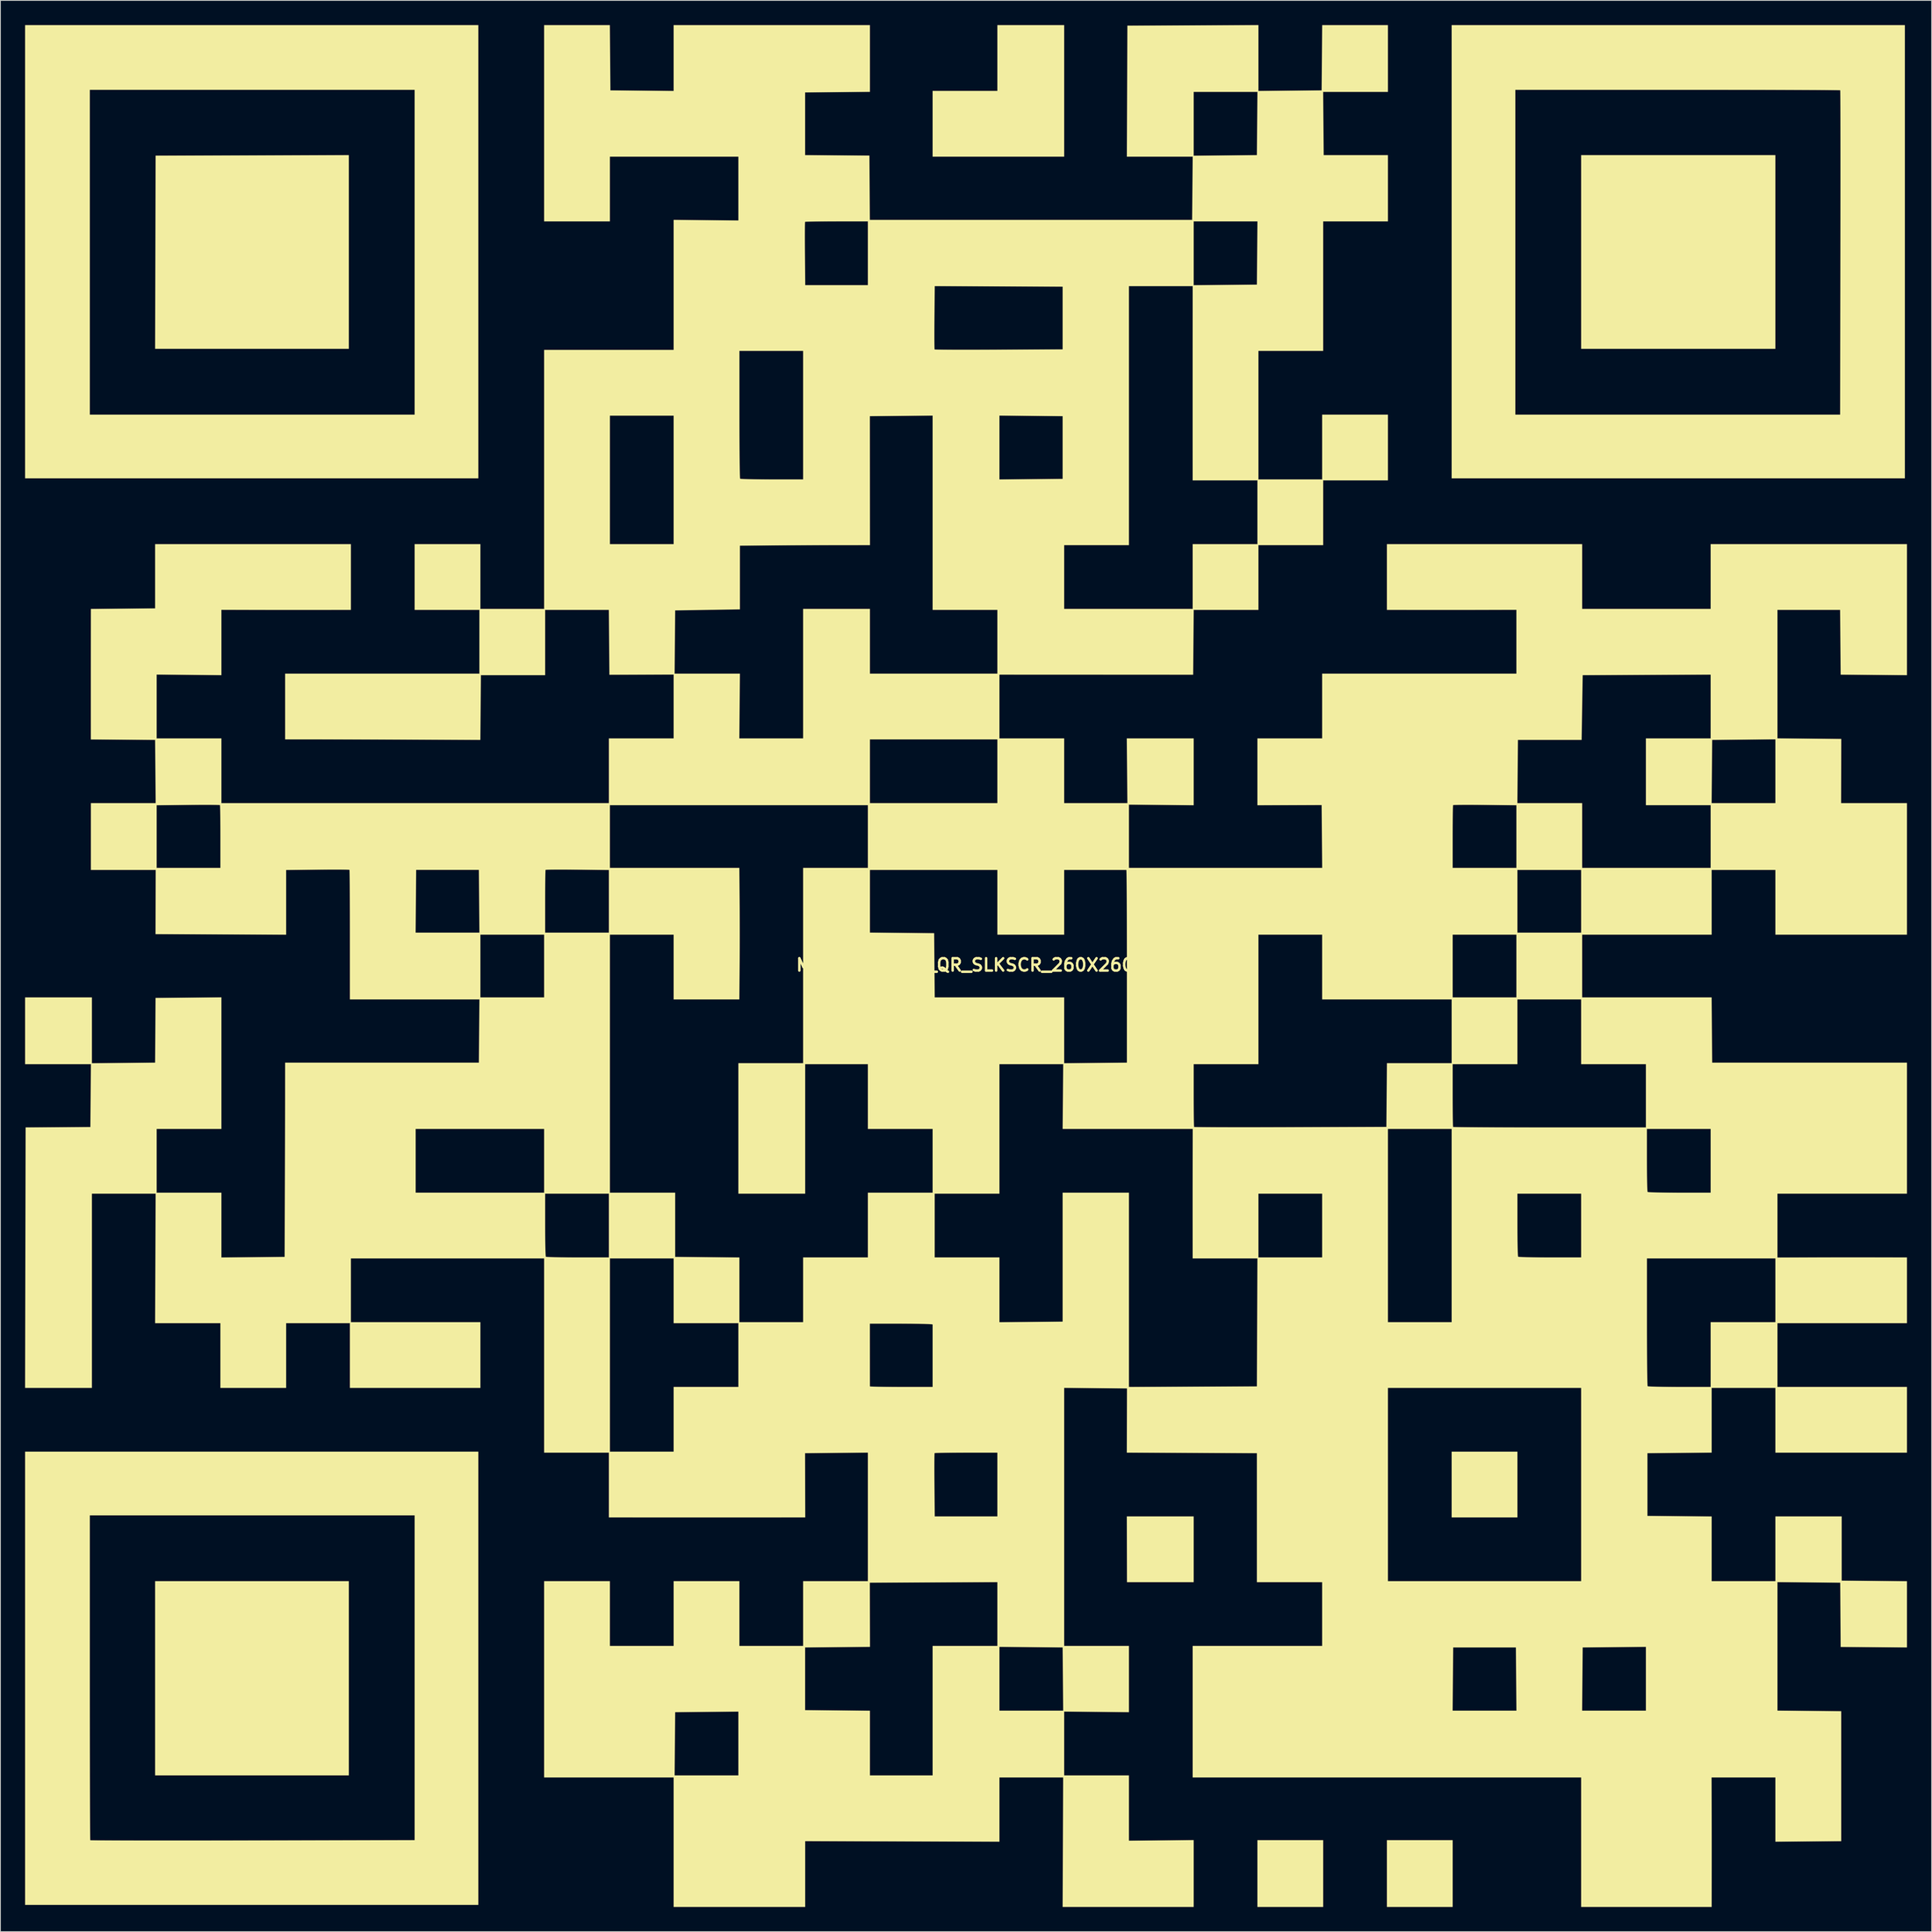
<source format=kicad_pcb>
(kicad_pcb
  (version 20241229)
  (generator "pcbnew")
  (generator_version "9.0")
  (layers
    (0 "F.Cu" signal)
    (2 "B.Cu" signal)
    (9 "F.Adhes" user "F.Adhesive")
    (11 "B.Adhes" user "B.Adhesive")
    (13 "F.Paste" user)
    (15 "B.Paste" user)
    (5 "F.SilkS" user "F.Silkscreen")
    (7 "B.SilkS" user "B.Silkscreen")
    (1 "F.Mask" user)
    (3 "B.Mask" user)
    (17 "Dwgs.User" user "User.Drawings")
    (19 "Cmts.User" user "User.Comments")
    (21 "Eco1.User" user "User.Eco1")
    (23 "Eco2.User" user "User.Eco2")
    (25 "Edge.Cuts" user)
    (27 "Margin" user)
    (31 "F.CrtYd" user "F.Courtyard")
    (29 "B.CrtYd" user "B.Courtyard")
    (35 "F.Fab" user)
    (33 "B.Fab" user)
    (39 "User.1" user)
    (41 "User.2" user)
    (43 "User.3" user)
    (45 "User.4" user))
  (footprint "MC8P_MANUAL_QR_SLKSCR_260X260"
    (layer "F.Cu")
    (at 114.301 114.302)
    (property "Reference" "MC8P_MANUAL_QR_SLKSCR_260X260" (at 0 0 0) (layer "F.SilkS") (effects (font (size 1.5 1.5) (thickness 0.3))))
    (attr board_only exclude_from_pos_files exclude_from_bom)
    (fp_poly (pts (xy -74.93 -86.709) (xy -74.93 -74.93) (xy -86.709 -74.93) (xy -98.489 -74.93) (xy -98.458 -86.679) (xy -98.428 -98.428) (xy -86.679 -98.458) (xy -74.93 -98.489)) (stroke (width 0) (type solid)) (fill yes) (layer "F.SilkS"))
    (fp_poly (pts (xy -74.93 86.741) (xy -74.93 98.552) (xy -86.709 98.552) (xy -98.489 98.552) (xy -98.489 86.741) (xy -98.489 74.93) (xy -86.709 74.93) (xy -74.93 74.93)) (stroke (width 0) (type solid)) (fill yes) (layer "F.SilkS"))
    (fp_poly (pts (xy 27.813 71.056) (xy 27.813 75.057) (xy 23.756 75.057) (xy 19.698 75.057) (xy 19.689 71.056) (xy 19.679 67.056) (xy 23.746 67.056) (xy 27.813 67.056)) (stroke (width 0) (type solid)) (fill yes) (layer "F.SilkS"))
    (fp_poly (pts (xy 43.561 110.49) (xy 43.561 114.554) (xy 39.56 114.554) (xy 35.56 114.554) (xy 35.56 110.49) (xy 35.56 106.426) (xy 39.56 106.426) (xy 43.561 106.426)) (stroke (width 0) (type solid)) (fill yes) (layer "F.SilkS"))
    (fp_poly (pts (xy 59.309 110.49) (xy 59.309 114.554) (xy 55.309 114.554) (xy 51.308 114.554) (xy 51.308 110.49) (xy 51.308 106.426) (xy 55.309 106.426) (xy 59.309 106.426)) (stroke (width 0) (type solid)) (fill yes) (layer "F.SilkS"))
    (fp_poly (pts (xy 67.183 63.182) (xy 67.183 67.183) (xy 63.182 67.183) (xy 59.182 67.183) (xy 59.182 63.182) (xy 59.182 59.182) (xy 63.182 59.182) (xy 67.183 59.182)) (stroke (width 0) (type solid)) (fill yes) (layer "F.SilkS"))
    (fp_poly (pts (xy 98.552 -86.709) (xy 98.552 -74.93) (xy 86.741 -74.93) (xy 74.93 -74.93) (xy 74.93 -86.709) (xy 74.93 -98.489) (xy 86.741 -98.489) (xy 98.552 -98.489)) (stroke (width 0) (type solid)) (fill yes) (layer "F.SilkS"))
    (fp_poly (pts (xy 12.065 -106.299) (xy 12.065 -98.298) (xy 4.064 -98.298) (xy -3.937 -98.298) (xy -3.937 -102.299) (xy -3.937 -106.299) (xy 0 -106.299) (xy 3.937 -106.299) (xy 3.937 -110.299) (xy 3.937 -114.3) (xy 8.001 -114.3) (xy 12.065 -114.3)) (stroke (width 0) (type solid)) (fill yes) (layer "F.SilkS"))
    (fp_poly (pts (xy -59.182 -86.741) (xy -59.182 -59.182) (xy -86.741 -59.182) (xy -114.3 -59.182) (xy -114.3 -86.677) (xy -106.426 -86.677) (xy -106.426 -66.929) (xy -86.677 -66.929) (xy -66.929 -66.929) (xy -66.929 -86.677) (xy -66.929 -106.426) (xy -86.677 -106.426) (xy -106.426 -106.426) (xy -106.426 -86.677) (xy -114.3 -86.677) (xy -114.3 -86.741) (xy -114.3 -114.3) (xy -86.741 -114.3) (xy -59.182 -114.3)) (stroke (width 0) (type solid)) (fill yes) (layer "F.SilkS"))
    (fp_poly (pts (xy -59.182 86.741) (xy -59.182 114.3) (xy -86.741 114.3) (xy -114.3 114.3) (xy -114.3 86.741) (xy -114.3 86.656) (xy -106.426 86.656) (xy -106.426 88.875) (xy -106.425 91.023) (xy -106.423 93.089) (xy -106.421 95.058) (xy -106.418 96.916) (xy -106.415 98.65) (xy -106.411 100.246) (xy -106.407 101.69) (xy -106.403 102.969) (xy -106.398 104.069) (xy -106.393 104.976) (xy -106.387 105.677) (xy -106.382 106.158) (xy -106.376 106.405) (xy -106.373 106.437) (xy -106.242 106.442) (xy -105.871 106.447) (xy -105.274 106.452) (xy -104.463 106.456) (xy -103.453 106.459) (xy -102.258 106.462) (xy -100.891 106.464) (xy -99.366 106.465) (xy -97.697 106.466) (xy -95.896 106.466) (xy -93.979 106.465) (xy -91.959 106.464) (xy -89.849 106.462) (xy -87.663 106.459) (xy -86.625 106.457) (xy -66.929 106.424) (xy -66.929 86.677) (xy -66.929 66.929) (xy -86.677 66.929) (xy -106.426 66.929) (xy -106.426 86.656) (xy -114.3 86.656) (xy -114.3 59.182) (xy -86.741 59.182) (xy -59.182 59.182)) (stroke (width 0) (type solid)) (fill yes) (layer "F.SilkS"))
    (fp_poly (pts (xy 114.3 -86.741) (xy 114.3 -59.182) (xy 86.741 -59.182) (xy 59.182 -59.182) (xy 59.182 -86.741) (xy 59.182 -106.426) (xy 66.929 -106.426) (xy 66.929 -86.677) (xy 66.929 -66.929) (xy 86.677 -66.929) (xy 106.424 -66.929) (xy 106.457 -86.625) (xy 106.46 -88.841) (xy 106.463 -90.988) (xy 106.465 -93.052) (xy 106.466 -95.019) (xy 106.466 -96.875) (xy 106.466 -98.607) (xy 106.465 -100.201) (xy 106.463 -101.643) (xy 106.461 -102.92) (xy 106.458 -104.017) (xy 106.454 -104.922) (xy 106.45 -105.621) (xy 106.445 -106.099) (xy 106.439 -106.343) (xy 106.437 -106.373) (xy 106.306 -106.379) (xy 105.935 -106.385) (xy 105.337 -106.39) (xy 104.526 -106.396) (xy 103.517 -106.401) (xy 102.321 -106.405) (xy 100.954 -106.409) (xy 99.429 -106.413) (xy 97.759 -106.417) (xy 95.958 -106.42) (xy 94.04 -106.422) (xy 92.019 -106.424) (xy 89.908 -106.425) (xy 87.722 -106.426) (xy 86.656 -106.426) (xy 66.929 -106.426) (xy 59.182 -106.426) (xy 59.182 -114.3) (xy 86.741 -114.3) (xy 114.3 -114.3)) (stroke (width 0) (type solid)) (fill yes) (layer "F.SilkS"))
    (fp_poly (pts (xy 35.687 -110.299) (xy 35.687 -106.295) (xy 39.529 -106.329) (xy 43.37 -106.362) (xy 43.404 -110.331) (xy 43.438 -114.3) (xy 47.436 -114.3) (xy 51.435 -114.3) (xy 51.435 -110.236) (xy 51.435 -106.172) (xy 47.496 -106.172) (xy 43.557 -106.172) (xy 43.591 -102.33) (xy 43.624 -98.489) (xy 47.53 -98.489) (xy 51.435 -98.489) (xy 51.435 -94.456) (xy 51.435 -90.424) (xy 47.498 -90.424) (xy 43.561 -90.424) (xy 43.561 -82.55) (xy 43.561 -74.676) (xy 39.624 -74.676) (xy 35.687 -74.676) (xy 35.687 -66.865) (xy 35.687 -59.055) (xy 39.56 -59.055) (xy 43.434 -59.055) (xy 43.434 -62.992) (xy 43.434 -66.929) (xy 47.434 -66.929) (xy 51.435 -66.929) (xy 51.435 -62.928) (xy 51.435 -58.928) (xy 47.498 -58.928) (xy 43.561 -58.928) (xy 43.561 -54.991) (xy 43.561 -51.054) (xy 39.624 -51.054) (xy 35.687 -51.054) (xy 35.687 -47.117) (xy 35.687 -43.18) (xy 31.752 -43.18) (xy 27.817 -43.18) (xy 27.783 -39.238) (xy 27.75 -35.297) (xy 15.97 -35.301) (xy 4.191 -35.304) (xy 4.191 -31.432) (xy 4.191 -27.559) (xy 8.128 -27.559) (xy 12.065 -27.559) (xy 12.065 -23.622) (xy 12.065 -19.685) (xy 15.907 -19.685) (xy 19.748 -19.685) (xy 19.712 -23.622) (xy 19.675 -27.559) (xy 23.744 -27.559) (xy 27.813 -27.559) (xy 27.813 -23.491) (xy 27.813 -19.424) (xy 23.876 -19.459) (xy 19.939 -19.494) (xy 19.939 -15.653) (xy 19.939 -11.811) (xy 31.688 -11.811) (xy 43.438 -11.811) (xy 43.404 -15.6) (xy 59.309 -15.6) (xy 59.309 -11.811) (xy 63.182 -11.811) (xy 67.056 -11.811) (xy 67.056 -15.617) (xy 67.056 -19.424) (xy 63.235 -19.459) (xy 62.276 -19.466) (xy 61.402 -19.47) (xy 60.644 -19.469) (xy 60.034 -19.465) (xy 59.603 -19.457) (xy 59.383 -19.446) (xy 59.362 -19.442) (xy 59.348 -19.306) (xy 59.336 -18.948) (xy 59.326 -18.4) (xy 59.318 -17.693) (xy 59.312 -16.858) (xy 59.309 -15.929) (xy 59.309 -15.6) (xy 43.404 -15.6) (xy 43.404 -15.628) (xy 43.37 -19.445) (xy 39.465 -19.435) (xy 35.56 -19.424) (xy 35.56 -19.685) (xy 67.179 -19.685) (xy 71.118 -19.685) (xy 75.057 -19.685) (xy 75.057 -15.748) (xy 75.057 -11.811) (xy 82.868 -11.811) (xy 90.678 -11.811) (xy 90.678 -15.621) (xy 90.678 -19.431) (xy 86.741 -19.431) (xy 82.804 -19.431) (xy 82.804 -19.685) (xy 90.801 -19.685) (xy 94.677 -19.685) (xy 98.552 -19.685) (xy 98.552 -23.56) (xy 98.552 -27.436) (xy 94.71 -27.402) (xy 90.868 -27.369) (xy 90.835 -23.527) (xy 90.801 -19.685) (xy 82.804 -19.685) (xy 82.804 -23.495) (xy 82.804 -27.559) (xy 86.741 -27.559) (xy 90.678 -27.559) (xy 90.678 -31.432) (xy 90.678 -35.305) (xy 82.899 -35.274) (xy 75.121 -35.242) (xy 75.057 -31.305) (xy 74.993 -27.369) (xy 71.12 -27.369) (xy 67.246 -27.369) (xy 67.213 -23.527) (xy 67.179 -19.685) (xy 35.56 -19.685) (xy 35.56 -23.492) (xy 35.56 -27.559) (xy 39.497 -27.559) (xy 43.434 -27.559) (xy 43.434 -31.496) (xy 43.434 -35.433) (xy 55.245 -35.433) (xy 67.056 -35.433) (xy 67.056 -39.31) (xy 67.056 -43.187) (xy 63.151 -43.18) (xy 61.916 -43.178) (xy 60.515 -43.177) (xy 59.034 -43.176) (xy 57.561 -43.176) (xy 56.184 -43.176) (xy 55.277 -43.177) (xy 51.308 -43.18) (xy 51.308 -47.181) (xy 51.308 -51.181) (xy 63.182 -51.181) (xy 75.057 -51.181) (xy 75.057 -47.244) (xy 75.057 -43.307) (xy 82.868 -43.307) (xy 90.678 -43.307) (xy 90.678 -47.244) (xy 90.678 -51.181) (xy 102.616 -51.181) (xy 114.554 -51.181) (xy 114.554 -43.212) (xy 114.554 -35.242) (xy 110.522 -35.272) (xy 106.49 -35.302) (xy 106.456 -39.241) (xy 106.422 -43.18) (xy 102.614 -43.18) (xy 98.806 -43.18) (xy 98.806 -35.371) (xy 98.806 -27.563) (xy 102.687 -27.529) (xy 106.567 -27.495) (xy 106.557 -23.59) (xy 106.546 -19.685) (xy 110.55 -19.685) (xy 114.554 -19.685) (xy 114.554 -11.684) (xy 114.554 -3.683) (xy 106.553 -3.683) (xy 98.552 -3.683) (xy 98.552 -7.62) (xy 98.552 -11.557) (xy 94.678 -11.557) (xy 90.805 -11.557) (xy 90.805 -7.62) (xy 90.805 -3.683) (xy 82.931 -3.683) (xy 75.057 -3.683) (xy 75.057 0.127) (xy 75.057 3.937) (xy 82.929 3.937) (xy 90.801 3.937) (xy 90.835 7.906) (xy 90.868 11.874) (xy 102.711 11.874) (xy 114.554 11.874) (xy 114.554 19.844) (xy 114.554 27.813) (xy 106.68 27.813) (xy 98.806 27.813) (xy 98.806 31.691) (xy 98.806 35.57) (xy 102.711 35.56) (xy 103.946 35.557) (xy 105.347 35.555) (xy 106.828 35.554) (xy 108.301 35.554) (xy 109.678 35.554) (xy 110.585 35.555) (xy 114.554 35.56) (xy 114.554 39.56) (xy 114.554 43.561) (xy 106.68 43.561) (xy 98.806 43.561) (xy 98.806 47.434) (xy 98.806 51.308) (xy 106.68 51.308) (xy 114.554 51.308) (xy 114.554 55.309) (xy 114.554 59.309) (xy 106.553 59.309) (xy 98.552 59.309) (xy 98.552 55.372) (xy 98.552 51.435) (xy 94.678 51.435) (xy 90.805 51.435) (xy 90.805 55.37) (xy 90.805 59.305) (xy 86.9 59.339) (xy 82.995 59.373) (xy 82.995 63.182) (xy 82.995 66.993) (xy 86.9 67.026) (xy 90.805 67.06) (xy 90.805 70.995) (xy 90.805 74.93) (xy 94.678 74.93) (xy 98.552 74.93) (xy 98.552 70.993) (xy 98.552 67.056) (xy 102.584 67.056) (xy 106.617 67.056) (xy 106.617 70.961) (xy 106.617 74.867) (xy 110.585 74.9) (xy 114.554 74.934) (xy 114.554 78.964) (xy 114.554 82.995) (xy 110.522 82.966) (xy 106.49 82.938) (xy 106.463 79.029) (xy 106.437 75.121) (xy 102.621 75.087) (xy 98.806 75.053) (xy 98.806 82.864) (xy 98.806 90.674) (xy 102.683 90.708) (xy 106.56 90.742) (xy 106.56 98.649) (xy 106.56 106.557) (xy 102.556 106.587) (xy 98.552 106.617) (xy 98.552 102.711) (xy 98.552 98.806) (xy 94.674 98.806) (xy 90.795 98.806) (xy 90.805 102.711) (xy 90.808 103.946) (xy 90.81 105.347) (xy 90.811 106.828) (xy 90.811 108.301) (xy 90.811 109.678) (xy 90.81 110.585) (xy 90.805 114.554) (xy 82.868 114.554) (xy 74.93 114.554) (xy 74.93 106.68) (xy 74.93 98.806) (xy 51.308 98.806) (xy 27.686 98.806) (xy 27.686 90.805) (xy 27.686 90.678) (xy 59.305 90.678) (xy 63.182 90.678) (xy 67.06 90.678) (xy 75.053 90.678) (xy 78.929 90.678) (xy 82.804 90.678) (xy 82.804 86.803) (xy 82.804 82.927) (xy 78.962 82.961) (xy 75.121 82.995) (xy 75.087 86.836) (xy 75.053 90.678) (xy 67.06 90.678) (xy 67.026 86.836) (xy 66.993 82.995) (xy 63.182 82.995) (xy 59.373 82.995) (xy 59.339 86.836) (xy 59.305 90.678) (xy 27.686 90.678) (xy 27.686 82.804) (xy 35.56 82.804) (xy 43.434 82.804) (xy 43.434 78.93) (xy 43.434 75.057) (xy 39.465 75.057) (xy 35.496 75.057) (xy 35.496 67.215) (xy 35.496 63.182) (xy 51.435 63.182) (xy 51.435 74.93) (xy 63.182 74.93) (xy 74.93 74.93) (xy 74.93 63.182) (xy 74.93 51.435) (xy 63.182 51.435) (xy 51.435 51.435) (xy 51.435 63.182) (xy 35.496 63.182) (xy 35.496 59.373) (xy 27.587 59.34) (xy 19.678 59.307) (xy 19.689 55.403) (xy 19.699 51.498) (xy 15.882 51.465) (xy 12.065 51.431) (xy 12.065 67.118) (xy 12.065 82.804) (xy 16.002 82.804) (xy 19.939 82.804) (xy 19.939 86.836) (xy 19.939 90.868) (xy 16.002 90.833) (xy 12.065 90.798) (xy 12.065 94.675) (xy 12.065 98.552) (xy 16.002 98.552) (xy 19.939 98.552) (xy 19.939 102.521) (xy 19.939 106.49) (xy 23.876 106.454) (xy 27.813 106.419) (xy 27.813 110.486) (xy 27.813 114.554) (xy 19.844 114.554) (xy 11.874 114.554) (xy 11.907 106.68) (xy 11.939 98.806) (xy 8.065 98.806) (xy 4.191 98.806) (xy 4.191 102.711) (xy 4.191 106.617) (xy -7.62 106.585) (xy -19.431 106.553) (xy -19.431 110.554) (xy -19.431 114.554) (xy -27.432 114.554) (xy -35.433 114.554) (xy -35.433 106.68) (xy -35.433 98.806) (xy -43.307 98.806) (xy -51.181 98.806) (xy -51.181 98.552) (xy -35.31 98.552) (xy -31.434 98.552) (xy -27.559 98.552) (xy -27.559 94.677) (xy -27.559 90.801) (xy -31.401 90.835) (xy -35.242 90.868) (xy -35.276 94.71) (xy -35.31 98.552) (xy -51.181 98.552) (xy -51.181 86.868) (xy -51.181 82.995) (xy -19.439 82.995) (xy -19.439 86.805) (xy -19.439 90.615) (xy -15.498 90.648) (xy -11.557 90.682) (xy -11.557 94.617) (xy -11.557 98.552) (xy -7.747 98.552) (xy -3.937 98.552) (xy -3.937 90.678) (xy -3.937 86.803) (xy 4.191 86.803) (xy 4.191 90.678) (xy 8.066 90.678) (xy 11.942 90.678) (xy 11.908 86.836) (xy 11.874 82.995) (xy 8.033 82.961) (xy 4.191 82.927) (xy 4.191 86.803) (xy -3.937 86.803) (xy -3.937 82.804) (xy 0 82.804) (xy 3.937 82.804) (xy 3.937 78.93) (xy 3.937 75.055) (xy -3.817 75.088) (xy -11.571 75.121) (xy -11.561 79.024) (xy -11.55 82.927) (xy -15.495 82.961) (xy -19.439 82.995) (xy -51.181 82.995) (xy -51.181 74.93) (xy -47.181 74.93) (xy -43.18 74.93) (xy -43.18 78.867) (xy -43.18 82.804) (xy -39.306 82.804) (xy -35.433 82.804) (xy -35.433 78.867) (xy -35.433 74.93) (xy -31.433 74.93) (xy -27.432 74.93) (xy -27.432 78.867) (xy -27.432 82.804) (xy -23.558 82.804) (xy -19.685 82.804) (xy -19.685 78.867) (xy -19.685 74.93) (xy -15.748 74.93) (xy -11.811 74.93) (xy -11.811 67.118) (xy -11.811 61.112) (xy -3.722 61.112) (xy -3.72 61.947) (xy -3.714 62.879) (xy -3.711 63.235) (xy -3.676 67.056) (xy 0.131 67.056) (xy 3.937 67.056) (xy 3.937 63.182) (xy 3.937 59.309) (xy 0.148 59.309) (xy -0.807 59.311) (xy -1.677 59.316) (xy -2.43 59.323) (xy -3.036 59.333) (xy -3.461 59.344) (xy -3.675 59.357) (xy -3.694 59.362) (xy -3.706 59.497) (xy -3.715 59.855) (xy -3.72 60.404) (xy -3.722 61.112) (xy -11.811 61.112) (xy -11.811 59.305) (xy -15.628 59.339) (xy -19.445 59.373) (xy -19.435 63.278) (xy -19.424 67.183) (xy -23.428 67.185) (xy -24.688 67.185) (xy -26.114 67.186) (xy -27.617 67.186) (xy -29.109 67.187) (xy -30.501 67.187) (xy -31.433 67.187) (xy -32.687 67.187) (xy -34.102 67.186) (xy -35.591 67.186) (xy -37.066 67.186) (xy -38.441 67.185) (xy -39.37 67.185) (xy -43.307 67.183) (xy -43.307 63.246) (xy -43.307 59.309) (xy -47.244 59.309) (xy -51.181 59.309) (xy -51.181 47.498) (xy -51.181 47.434) (xy -43.177 47.434) (xy -43.177 59.182) (xy -39.305 59.182) (xy -35.433 59.182) (xy -35.433 55.245) (xy -35.433 51.308) (xy -31.496 51.308) (xy -27.559 51.308) (xy -27.559 47.434) (xy -27.559 43.624) (xy -11.565 43.624) (xy -11.563 47.403) (xy -11.562 48.357) (xy -11.562 49.227) (xy -11.561 49.98) (xy -11.56 50.586) (xy -11.56 51.012) (xy -11.559 51.226) (xy -11.559 51.245) (xy -11.437 51.26) (xy -11.091 51.275) (xy -10.554 51.287) (xy -9.856 51.297) (xy -9.029 51.304) (xy -8.102 51.308) (xy -7.747 51.308) (xy -3.937 51.308) (xy -3.937 47.562) (xy -3.937 46.61) (xy -3.937 45.741) (xy -3.937 44.986) (xy -3.937 44.38) (xy -3.937 43.953) (xy -3.937 43.738) (xy -3.937 43.72) (xy -4.059 43.696) (xy -4.404 43.674) (xy -4.94 43.656) (xy -5.638 43.641) (xy -6.466 43.63) (xy -7.392 43.625) (xy -7.751 43.624) (xy -11.565 43.624) (xy -27.559 43.624) (xy -27.559 43.561) (xy -31.496 43.561) (xy -35.433 43.561) (xy -35.433 39.624) (xy -35.433 35.687) (xy -39.305 35.687) (xy -43.177 35.687) (xy -43.177 47.434) (xy -51.181 47.434) (xy -51.181 35.687) (xy -62.928 35.687) (xy -74.676 35.687) (xy -74.676 39.56) (xy -74.676 43.434) (xy -66.802 43.434) (xy -58.928 43.434) (xy -58.928 47.434) (xy -58.928 51.435) (xy -66.865 51.435) (xy -74.803 51.435) (xy -74.803 47.498) (xy -74.803 43.561) (xy -78.677 43.561) (xy -82.55 43.561) (xy -82.55 47.498) (xy -82.55 51.435) (xy -86.55 51.435) (xy -90.551 51.435) (xy -90.551 47.498) (xy -90.551 43.561) (xy -94.52 43.561) (xy -98.489 43.561) (xy -98.457 35.687) (xy -98.425 27.813) (xy -102.299 27.813) (xy -106.172 27.813) (xy -106.172 39.624) (xy -106.172 51.435) (xy -110.236 51.435) (xy -114.301 51.435) (xy -114.269 35.592) (xy -114.237 19.748) (xy -110.299 19.726) (xy -106.362 19.703) (xy -106.329 15.884) (xy -106.295 12.065) (xy -110.298 12.065) (xy -114.3 12.065) (xy -114.3 8.001) (xy -114.3 3.937) (xy -110.236 3.937) (xy -106.172 3.937) (xy -106.172 7.939) (xy -106.172 11.942) (xy -102.33 11.908) (xy -98.489 11.874) (xy -98.462 7.938) (xy -98.436 4) (xy -94.43 3.967) (xy -90.424 3.933) (xy -90.424 11.936) (xy -90.424 19.939) (xy -94.361 19.939) (xy -98.298 19.939) (xy -98.298 23.812) (xy -98.298 27.686) (xy -94.361 27.686) (xy -90.424 27.686) (xy -90.424 31.625) (xy -90.424 35.564) (xy -86.582 35.53) (xy -82.74 35.496) (xy -82.726 31.602) (xy -51.054 31.602) (xy -51.051 32.559) (xy -51.044 33.432) (xy -51.031 34.191) (xy -51.016 34.802) (xy -50.997 35.234) (xy -50.977 35.454) (xy -50.969 35.475) (xy -50.826 35.497) (xy -50.46 35.516) (xy -49.904 35.533) (xy -49.191 35.546) (xy -48.352 35.555) (xy -47.419 35.56) (xy -47.096 35.56) (xy -43.307 35.56) (xy -43.307 31.686) (xy -43.307 27.813) (xy -47.181 27.813) (xy -51.054 27.813) (xy -51.054 31.602) (xy -82.726 31.602) (xy -82.712 27.622) (xy -82.706 26.083) (xy -82.701 24.503) (xy -82.699 23.811) (xy -66.802 23.811) (xy -66.802 27.684) (xy -58.992 27.684) (xy -51.181 27.684) (xy -51.181 23.811) (xy -51.181 19.939) (xy -58.992 19.939) (xy -66.802 19.939) (xy -66.802 23.811) (xy -82.699 23.811) (xy -82.696 22.921) (xy -82.691 21.375) (xy -82.688 19.904) (xy -82.684 18.548) (xy -82.682 17.344) (xy -82.68 16.331) (xy -82.68 15.812) (xy -82.677 11.874) (xy -70.898 11.874) (xy -59.118 11.874) (xy -59.085 8.033) (xy -59.051 4.191) (xy -66.927 4.191) (xy -74.803 4.191) (xy -74.803 0.127) (xy -58.928 0.127) (xy -58.928 3.937) (xy -55.054 3.937) (xy -51.181 3.937) (xy -51.181 0.127) (xy -51.181 -3.683) (xy -55.054 -3.683) (xy -58.928 -3.683) (xy -58.928 0.127) (xy -74.803 0.127) (xy -74.803 -3.662) (xy -74.803 -3.937) (xy -66.806 -3.937) (xy -62.928 -3.937) (xy -59.051 -3.937) (xy -59.085 -7.726) (xy -51.054 -7.726) (xy -51.054 -3.937) (xy -47.181 -3.937) (xy -43.307 -3.937) (xy -43.307 -7.743) (xy -43.307 -11.55) (xy -47.128 -11.585) (xy -48.087 -11.592) (xy -48.961 -11.596) (xy -49.719 -11.595) (xy -50.329 -11.591) (xy -50.76 -11.583) (xy -50.98 -11.572) (xy -51.001 -11.568) (xy -51.015 -11.432) (xy -51.027 -11.074) (xy -51.037 -10.526) (xy -51.045 -9.819) (xy -51.051 -8.984) (xy -51.054 -8.055) (xy -51.054 -7.726) (xy -59.085 -7.726) (xy -59.085 -7.751) (xy -59.118 -11.565) (xy -62.928 -11.565) (xy -66.739 -11.565) (xy -66.772 -7.751) (xy -66.806 -3.937) (xy -74.803 -3.937) (xy -74.804 -5.05) (xy -74.806 -6.362) (xy -74.81 -7.575) (xy -74.815 -8.668) (xy -74.821 -9.618) (xy -74.829 -10.405) (xy -74.837 -11.006) (xy -74.845 -11.4) (xy -74.855 -11.564) (xy -74.856 -11.568) (xy -74.991 -11.58) (xy -75.349 -11.589) (xy -75.898 -11.594) (xy -76.606 -11.596) (xy -77.441 -11.594) (xy -78.373 -11.588) (xy -78.729 -11.585) (xy -82.55 -11.55) (xy -82.55 -7.615) (xy -82.55 -3.681) (xy -90.495 -3.714) (xy -98.439 -3.747) (xy -98.429 -7.652) (xy -98.418 -11.557) (xy -102.359 -11.557) (xy -106.299 -11.557) (xy -106.299 -15.621) (xy -106.299 -19.424) (xy -98.298 -19.424) (xy -98.298 -15.617) (xy -98.298 -11.811) (xy -94.424 -11.811) (xy -90.551 -11.811) (xy -90.551 -15.6) (xy -90.551 -15.621) (xy -43.18 -15.621) (xy -43.18 -11.811) (xy -35.309 -11.811) (xy -27.439 -11.811) (xy -27.404 -7.811) (xy -27.395 -6.551) (xy -27.391 -5.125) (xy -27.389 -3.622) (xy -27.391 -2.13) (xy -27.397 -0.737) (xy -27.404 0.191) (xy -27.439 4.191) (xy -31.436 4.191) (xy -35.433 4.191) (xy -35.433 0.254) (xy -35.433 -3.683) (xy -39.305 -3.683) (xy -43.178 -3.683) (xy -43.178 12.002) (xy -43.178 27.686) (xy -39.21 27.686) (xy -35.242 27.686) (xy -35.242 31.591) (xy -35.242 35.496) (xy -31.337 35.53) (xy -27.432 35.564) (xy -27.432 39.499) (xy -27.432 43.434) (xy -23.558 43.434) (xy -19.685 43.434) (xy -19.685 39.497) (xy -19.685 35.56) (xy -15.748 35.56) (xy -11.811 35.56) (xy -11.811 31.623) (xy -11.811 27.813) (xy -3.683 27.813) (xy -3.683 31.686) (xy -3.683 35.56) (xy 0.254 35.56) (xy 4.191 35.56) (xy 4.191 39.499) (xy 4.191 43.438) (xy 8.033 43.404) (xy 11.874 43.37) (xy 11.874 35.528) (xy 11.874 27.686) (xy 15.907 27.686) (xy 19.939 27.686) (xy 19.939 39.498) (xy 19.939 51.31) (xy 27.718 51.277) (xy 35.496 51.245) (xy 35.528 43.466) (xy 35.56 35.687) (xy 31.623 35.687) (xy 27.686 35.687) (xy 27.683 31.718) (xy 27.683 31.686) (xy 35.687 31.686) (xy 35.687 35.56) (xy 39.56 35.56) (xy 43.434 35.56) (xy 43.434 31.686) (xy 51.435 31.686) (xy 51.435 43.434) (xy 55.309 43.434) (xy 59.182 43.434) (xy 59.182 35.687) (xy 82.935 35.687) (xy 82.935 43.415) (xy 82.936 44.793) (xy 82.94 46.095) (xy 82.946 47.299) (xy 82.954 48.382) (xy 82.964 49.324) (xy 82.976 50.101) (xy 82.988 50.691) (xy 83.002 51.073) (xy 83.017 51.224) (xy 83.018 51.225) (xy 83.161 51.246) (xy 83.526 51.265) (xy 84.081 51.281) (xy 84.794 51.294) (xy 85.633 51.303) (xy 86.565 51.308) (xy 86.889 51.308) (xy 90.678 51.308) (xy 90.678 47.371) (xy 90.678 43.434) (xy 94.615 43.434) (xy 98.552 43.434) (xy 98.552 39.56) (xy 98.552 35.687) (xy 90.743 35.687) (xy 82.935 35.687) (xy 59.182 35.687) (xy 59.182 31.686) (xy 59.182 31.602) (xy 67.183 31.602) (xy 67.186 32.559) (xy 67.193 33.432) (xy 67.206 34.191) (xy 67.221 34.802) (xy 67.24 35.234) (xy 67.26 35.454) (xy 67.268 35.475) (xy 67.411 35.497) (xy 67.777 35.516) (xy 68.333 35.533) (xy 69.046 35.546) (xy 69.885 35.555) (xy 70.818 35.56) (xy 71.141 35.56) (xy 74.93 35.56) (xy 74.93 31.686) (xy 74.93 27.813) (xy 71.056 27.813) (xy 67.183 27.813) (xy 67.183 31.602) (xy 59.182 31.602) (xy 59.182 23.728) (xy 82.931 23.728) (xy 82.934 24.685) (xy 82.941 25.558) (xy 82.954 26.317) (xy 82.969 26.928) (xy 82.988 27.36) (xy 83.008 27.58) (xy 83.016 27.601) (xy 83.159 27.623) (xy 83.525 27.642) (xy 84.081 27.659) (xy 84.794 27.672) (xy 85.633 27.681) (xy 86.566 27.686) (xy 86.889 27.686) (xy 90.678 27.686) (xy 90.678 23.812) (xy 90.678 19.939) (xy 86.805 19.939) (xy 82.931 19.939) (xy 82.931 23.728) (xy 59.182 23.728) (xy 59.182 19.939) (xy 55.309 19.939) (xy 51.435 19.939) (xy 51.435 31.686) (xy 43.434 31.686) (xy 43.434 27.813) (xy 39.56 27.813) (xy 35.687 27.813) (xy 35.687 31.686) (xy 27.683 31.686) (xy 27.682 30.468) (xy 27.682 29.058) (xy 27.682 27.575) (xy 27.683 26.107) (xy 27.685 24.74) (xy 27.686 23.844) (xy 27.693 19.939) (xy 19.784 19.939) (xy 11.874 19.939) (xy 11.91 16.002) (xy 11.945 12.065) (xy 27.813 12.065) (xy 27.813 15.854) (xy 27.815 16.809) (xy 27.82 17.679) (xy 27.827 18.432) (xy 27.837 19.038) (xy 27.848 19.463) (xy 27.861 19.677) (xy 27.866 19.696) (xy 27.998 19.703) (xy 28.366 19.709) (xy 28.952 19.715) (xy 29.739 19.719) (xy 30.708 19.723) (xy 31.842 19.725) (xy 33.123 19.726) (xy 34.533 19.726) (xy 36.055 19.725) (xy 37.669 19.722) (xy 39.359 19.719) (xy 39.582 19.718) (xy 51.245 19.688) (xy 51.278 15.813) (xy 51.311 12.065) (xy 59.309 12.065) (xy 59.309 15.854) (xy 59.311 16.809) (xy 59.316 17.679) (xy 59.323 18.432) (xy 59.333 19.038) (xy 59.344 19.463) (xy 59.357 19.677) (xy 59.362 19.696) (xy 59.494 19.703) (xy 59.862 19.711) (xy 60.448 19.718) (xy 61.235 19.724) (xy 62.205 19.73) (xy 63.339 19.735) (xy 64.621 19.74) (xy 66.031 19.743) (xy 67.554 19.746) (xy 69.169 19.748) (xy 70.861 19.748) (xy 71.109 19.748) (xy 82.804 19.748) (xy 82.804 15.907) (xy 82.804 12.065) (xy 78.867 12.065) (xy 74.93 12.065) (xy 74.93 8.128) (xy 74.93 4.191) (xy 71.056 4.191) (xy 67.183 4.191) (xy 67.183 8.128) (xy 67.183 12.065) (xy 63.246 12.065) (xy 59.309 12.065) (xy 51.311 12.065) (xy 51.312 11.938) (xy 55.247 11.938) (xy 59.182 11.938) (xy 59.182 8.065) (xy 59.182 4.191) (xy 51.308 4.191) (xy 43.434 4.191) (xy 43.434 0.254) (xy 43.434 0.127) (xy 59.309 0.127) (xy 59.309 3.937) (xy 63.182 3.937) (xy 67.056 3.937) (xy 67.056 0.127) (xy 67.056 -3.683) (xy 63.182 -3.683) (xy 59.309 -3.683) (xy 59.309 0.127) (xy 43.434 0.127) (xy 43.434 -3.683) (xy 39.56 -3.683) (xy 35.687 -3.683) (xy 35.687 4.191) (xy 35.687 12.065) (xy 31.75 12.065) (xy 27.813 12.065) (xy 11.945 12.065) (xy 8.068 12.065) (xy 4.191 12.065) (xy 4.191 19.939) (xy 4.191 27.813) (xy 0.254 27.813) (xy -3.683 27.813) (xy -11.811 27.813) (xy -11.811 27.686) (xy -7.874 27.686) (xy -3.937 27.686) (xy -3.937 23.812) (xy -3.937 19.939) (xy -7.874 19.939) (xy -11.811 19.939) (xy -11.811 16.002) (xy -11.811 12.065) (xy -15.621 12.065) (xy -19.431 12.065) (xy -19.431 19.939) (xy -19.431 27.813) (xy -23.495 27.813) (xy -27.559 27.813) (xy -27.559 19.875) (xy -27.559 11.938) (xy -23.622 11.938) (xy -19.685 11.938) (xy -19.685 0.064) (xy -19.685 -11.557) (xy -11.557 -11.557) (xy -11.557 -7.749) (xy -11.557 -3.941) (xy -7.652 -3.907) (xy -3.747 -3.873) (xy -3.713 0.032) (xy -3.679 3.937) (xy 4.193 3.937) (xy 12.065 3.937) (xy 12.065 7.939) (xy 12.065 11.942) (xy 15.877 11.908) (xy 19.689 11.874) (xy 19.689 0.159) (xy 19.688 -1.542) (xy 19.686 -3.169) (xy 19.683 -4.704) (xy 19.679 -6.13) (xy 19.673 -7.428) (xy 19.672 -7.747) (xy 67.183 -7.747) (xy 67.183 -3.937) (xy 71.056 -3.937) (xy 74.93 -3.937) (xy 74.93 -7.747) (xy 74.93 -11.557) (xy 71.056 -11.557) (xy 67.183 -11.557) (xy 67.183 -7.747) (xy 19.672 -7.747) (xy 19.667 -8.581) (xy 19.66 -9.572) (xy 19.652 -10.382) (xy 19.644 -10.994) (xy 19.635 -11.391) (xy 19.625 -11.554) (xy 19.624 -11.557) (xy 19.485 -11.557) (xy 19.124 -11.557) (xy 18.573 -11.557) (xy 17.865 -11.557) (xy 17.03 -11.557) (xy 16.102 -11.557) (xy 15.812 -11.557) (xy 12.065 -11.557) (xy 12.065 -7.62) (xy 12.065 -3.683) (xy 8.001 -3.683) (xy 3.937 -3.683) (xy 3.937 -7.62) (xy 3.937 -11.557) (xy -3.81 -11.557) (xy -11.557 -11.557) (xy -19.685 -11.557) (xy -19.685 -11.811) (xy -15.748 -11.811) (xy -11.811 -11.811) (xy -11.811 -15.621) (xy -11.811 -19.431) (xy -27.495 -19.431) (xy -43.18 -19.431) (xy -43.18 -15.621) (xy -90.551 -15.621) (xy -90.553 -16.555) (xy -90.558 -17.425) (xy -90.565 -18.178) (xy -90.575 -18.784) (xy -90.586 -19.209) (xy -90.599 -19.423) (xy -90.604 -19.442) (xy -90.739 -19.454) (xy -91.097 -19.463) (xy -91.646 -19.468) (xy -92.354 -19.47) (xy -93.189 -19.468) (xy -94.121 -19.462) (xy -94.477 -19.459) (xy -98.298 -19.424) (xy -106.299 -19.424) (xy -106.299 -19.685) (xy -102.36 -19.685) (xy -98.421 -19.685) (xy -98.455 -23.527) (xy -98.489 -27.369) (xy -102.396 -27.395) (xy -106.304 -27.421) (xy -106.305 -31.395) (xy -106.305 -32.651) (xy -106.305 -34.071) (xy -106.305 -35.568) (xy -106.304 -37.053) (xy -106.303 -38.437) (xy -106.302 -39.336) (xy -106.299 -43.303) (xy -102.394 -43.337) (xy -98.489 -43.37) (xy -98.489 -47.276) (xy -98.489 -51.181) (xy -86.582 -51.181) (xy -74.676 -51.181) (xy -74.676 -47.181) (xy -74.676 -43.18) (xy -78.645 -43.177) (xy -79.895 -43.176) (xy -81.305 -43.176) (xy -82.788 -43.176) (xy -84.256 -43.177) (xy -85.623 -43.179) (xy -86.519 -43.18) (xy -90.424 -43.187) (xy -90.424 -39.215) (xy -90.424 -35.242) (xy -94.361 -35.278) (xy -98.298 -35.313) (xy -98.298 -31.436) (xy -98.298 -27.559) (xy -94.361 -27.559) (xy -90.424 -27.559) (xy -90.424 -23.622) (xy -90.424 -19.685) (xy -66.865 -19.685) (xy -43.307 -19.685) (xy -43.307 -23.557) (xy -11.557 -23.557) (xy -11.557 -19.685) (xy -3.81 -19.685) (xy 3.937 -19.685) (xy 3.937 -23.557) (xy 3.937 -27.429) (xy -3.81 -27.429) (xy -11.557 -27.429) (xy -11.557 -23.557) (xy -43.307 -23.557) (xy -43.307 -23.622) (xy -43.307 -27.559) (xy -39.37 -27.559) (xy -35.433 -27.559) (xy -35.433 -31.436) (xy -35.433 -35.313) (xy -39.338 -35.302) (xy -43.243 -35.292) (xy -43.245 -35.433) (xy -35.31 -35.433) (xy -31.339 -35.433) (xy -27.369 -35.433) (xy -27.404 -31.496) (xy -27.439 -27.559) (xy -23.562 -27.559) (xy -19.685 -27.559) (xy -19.685 -35.433) (xy -19.685 -43.307) (xy -15.621 -43.307) (xy -11.557 -43.307) (xy -11.557 -39.37) (xy -11.557 -35.433) (xy -3.81 -35.433) (xy 3.937 -35.433) (xy 3.937 -39.306) (xy 3.937 -43.18) (xy 0 -43.18) (xy -3.937 -43.18) (xy -3.937 -51.054) (xy 12.065 -51.054) (xy 12.065 -47.181) (xy 12.065 -43.307) (xy 19.875 -43.307) (xy 27.686 -43.307) (xy 27.686 -47.244) (xy 27.686 -51.181) (xy 31.623 -51.181) (xy 35.56 -51.181) (xy 35.56 -55.054) (xy 35.56 -58.928) (xy 31.623 -58.928) (xy 27.686 -58.928) (xy 27.684 -62.897) (xy 27.683 -63.779) (xy 27.683 -64.875) (xy 27.683 -66.148) (xy 27.683 -67.558) (xy 27.683 -69.066) (xy 27.683 -70.634) (xy 27.684 -72.221) (xy 27.684 -73.789) (xy 27.684 -74.708) (xy 27.688 -82.55) (xy 23.813 -82.55) (xy 19.939 -82.55) (xy 19.939 -66.802) (xy 19.939 -51.054) (xy 16.002 -51.054) (xy 12.065 -51.054) (xy -3.937 -51.054) (xy -3.937 -54.993) (xy -3.937 -62.928) (xy 4.191 -62.928) (xy 4.191 -59.051) (xy 8.033 -59.085) (xy 11.874 -59.118) (xy 11.874 -62.928) (xy 11.874 -66.739) (xy 8.033 -66.772) (xy 4.191 -66.806) (xy 4.191 -62.928) (xy -3.937 -62.928) (xy -3.937 -66.806) (xy -7.751 -66.772) (xy -11.565 -66.739) (xy -11.559 -58.896) (xy -11.553 -51.054) (xy -15.587 -51.051) (xy -16.838 -51.05) (xy -18.243 -51.046) (xy -19.716 -51.04) (xy -21.174 -51.034) (xy -22.53 -51.026) (xy -23.495 -51.02) (xy -27.369 -50.99) (xy -27.369 -47.117) (xy -27.369 -43.243) (xy -31.305 -43.18) (xy -35.242 -43.117) (xy -35.276 -39.275) (xy -35.31 -35.433) (xy -43.245 -35.433) (xy -43.277 -39.236) (xy -43.311 -43.18) (xy -47.182 -43.18) (xy -51.054 -43.18) (xy -51.054 -39.211) (xy -51.054 -35.242) (xy -54.959 -35.242) (xy -58.864 -35.242) (xy -58.898 -31.305) (xy -58.932 -27.369) (xy -66.899 -27.397) (xy -68.444 -27.403) (xy -70.028 -27.408) (xy -71.611 -27.413) (xy -73.157 -27.417) (xy -74.628 -27.421) (xy -75.984 -27.424) (xy -77.189 -27.427) (xy -78.204 -27.429) (xy -78.772 -27.429) (xy -82.677 -27.432) (xy -82.677 -31.433) (xy -82.677 -35.433) (xy -70.866 -35.433) (xy -59.055 -35.433) (xy -59.055 -39.306) (xy -59.055 -43.18) (xy -62.992 -43.18) (xy -66.929 -43.18) (xy -66.929 -47.181) (xy -66.929 -51.181) (xy -62.928 -51.181) (xy -58.928 -51.181) (xy -58.928 -47.244) (xy -58.928 -43.307) (xy -55.054 -43.307) (xy -51.181 -43.307) (xy -51.181 -58.992) (xy -43.178 -58.992) (xy -43.178 -51.181) (xy -39.305 -51.181) (xy -35.433 -51.181) (xy -35.433 -58.992) (xy -35.433 -66.802) (xy -39.305 -66.802) (xy -43.178 -66.802) (xy -43.178 -58.992) (xy -51.181 -58.992) (xy -51.181 -59.055) (xy -51.181 -74.676) (xy -27.428 -74.676) (xy -27.428 -66.948) (xy -27.427 -65.57) (xy -27.423 -64.268) (xy -27.417 -63.064) (xy -27.409 -61.981) (xy -27.399 -61.039) (xy -27.387 -60.262) (xy -27.375 -59.672) (xy -27.361 -59.29) (xy -27.346 -59.139) (xy -27.345 -59.138) (xy -27.202 -59.117) (xy -26.837 -59.098) (xy -26.282 -59.082) (xy -25.569 -59.069) (xy -24.73 -59.06) (xy -23.798 -59.055) (xy -23.474 -59.055) (xy -19.685 -59.055) (xy -19.685 -66.865) (xy -19.685 -74.676) (xy -23.557 -74.676) (xy -27.428 -74.676) (xy -51.181 -74.676) (xy -51.181 -74.803) (xy -43.307 -74.803) (xy -35.433 -74.803) (xy -35.433 -76.897) (xy -3.721 -76.897) (xy -3.721 -76.138) (xy -3.716 -75.528) (xy -3.709 -75.097) (xy -3.697 -74.876) (xy -3.693 -74.855) (xy -3.559 -74.846) (xy -3.194 -74.838) (xy -2.619 -74.832) (xy -1.856 -74.828) (xy -0.926 -74.825) (xy 0.148 -74.825) (xy 1.344 -74.826) (xy 2.64 -74.829) (xy 4.015 -74.833) (xy 4.118 -74.834) (xy 11.874 -74.867) (xy 11.874 -78.677) (xy 11.874 -82.487) (xy 4.099 -82.519) (xy -3.676 -82.552) (xy -3.711 -78.73) (xy -3.718 -77.771) (xy -3.721 -76.897) (xy -35.433 -76.897) (xy -35.433 -82.709) (xy -35.433 -88.621) (xy -19.47 -88.621) (xy -19.468 -87.786) (xy -19.462 -86.854) (xy -19.459 -86.498) (xy -19.424 -82.677) (xy -15.617 -82.677) (xy -11.811 -82.677) (xy -11.811 -86.549) (xy 27.813 -86.549) (xy 27.813 -82.673) (xy 31.655 -82.707) (xy 35.496 -82.74) (xy 35.53 -86.582) (xy 35.564 -90.424) (xy 31.688 -90.424) (xy 27.813 -90.424) (xy 27.813 -86.549) (xy -11.811 -86.549) (xy -11.811 -86.55) (xy -11.811 -90.424) (xy -15.6 -90.424) (xy -16.555 -90.422) (xy -17.425 -90.417) (xy -18.178 -90.41) (xy -18.784 -90.4) (xy -19.209 -90.389) (xy -19.423 -90.376) (xy -19.442 -90.371) (xy -19.454 -90.236) (xy -19.463 -89.878) (xy -19.468 -89.329) (xy -19.47 -88.621) (xy -35.433 -88.621) (xy -35.433 -90.615) (xy -31.496 -90.579) (xy -27.559 -90.544) (xy -27.559 -94.421) (xy -27.559 -98.298) (xy -35.37 -98.298) (xy -43.18 -98.298) (xy -43.18 -94.361) (xy -43.18 -90.424) (xy -47.181 -90.424) (xy -51.181 -90.424) (xy -51.181 -102.362) (xy -51.181 -114.3) (xy -47.182 -114.3) (xy -43.184 -114.3) (xy -43.15 -110.331) (xy -43.117 -106.362) (xy -39.275 -106.329) (xy -35.433 -106.295) (xy -35.433 -110.298) (xy -35.433 -114.3) (xy -23.495 -114.3) (xy -11.557 -114.3) (xy -11.557 -110.238) (xy -11.557 -106.176) (xy -15.498 -106.142) (xy -19.439 -106.109) (xy -19.439 -102.299) (xy -19.439 -98.489) (xy -15.53 -98.462) (xy -11.62 -98.436) (xy -11.594 -94.525) (xy -11.568 -90.615) (xy 8.027 -90.615) (xy 27.622 -90.615) (xy 27.656 -94.456) (xy 27.69 -98.298) (xy 23.686 -98.298) (xy 19.683 -98.298) (xy 19.7 -102.297) (xy 27.813 -102.297) (xy 27.813 -98.421) (xy 31.655 -98.455) (xy 35.496 -98.489) (xy 35.53 -102.33) (xy 35.564 -106.172) (xy 31.688 -106.172) (xy 27.813 -106.172) (xy 27.813 -102.297) (xy 19.7 -102.297) (xy 19.716 -106.267) (xy 19.748 -114.237) (xy 27.718 -114.269) (xy 35.687 -114.302)) (stroke (width 0) (type solid)) (fill yes) (layer "F.SilkS")))
  (gr_rect
    (start -3 -3)
    (end 231.855 231.856)
    (stroke (width 0.1) (type default))
    (fill no)
    (layer "Edge.Cuts")))
</source>
